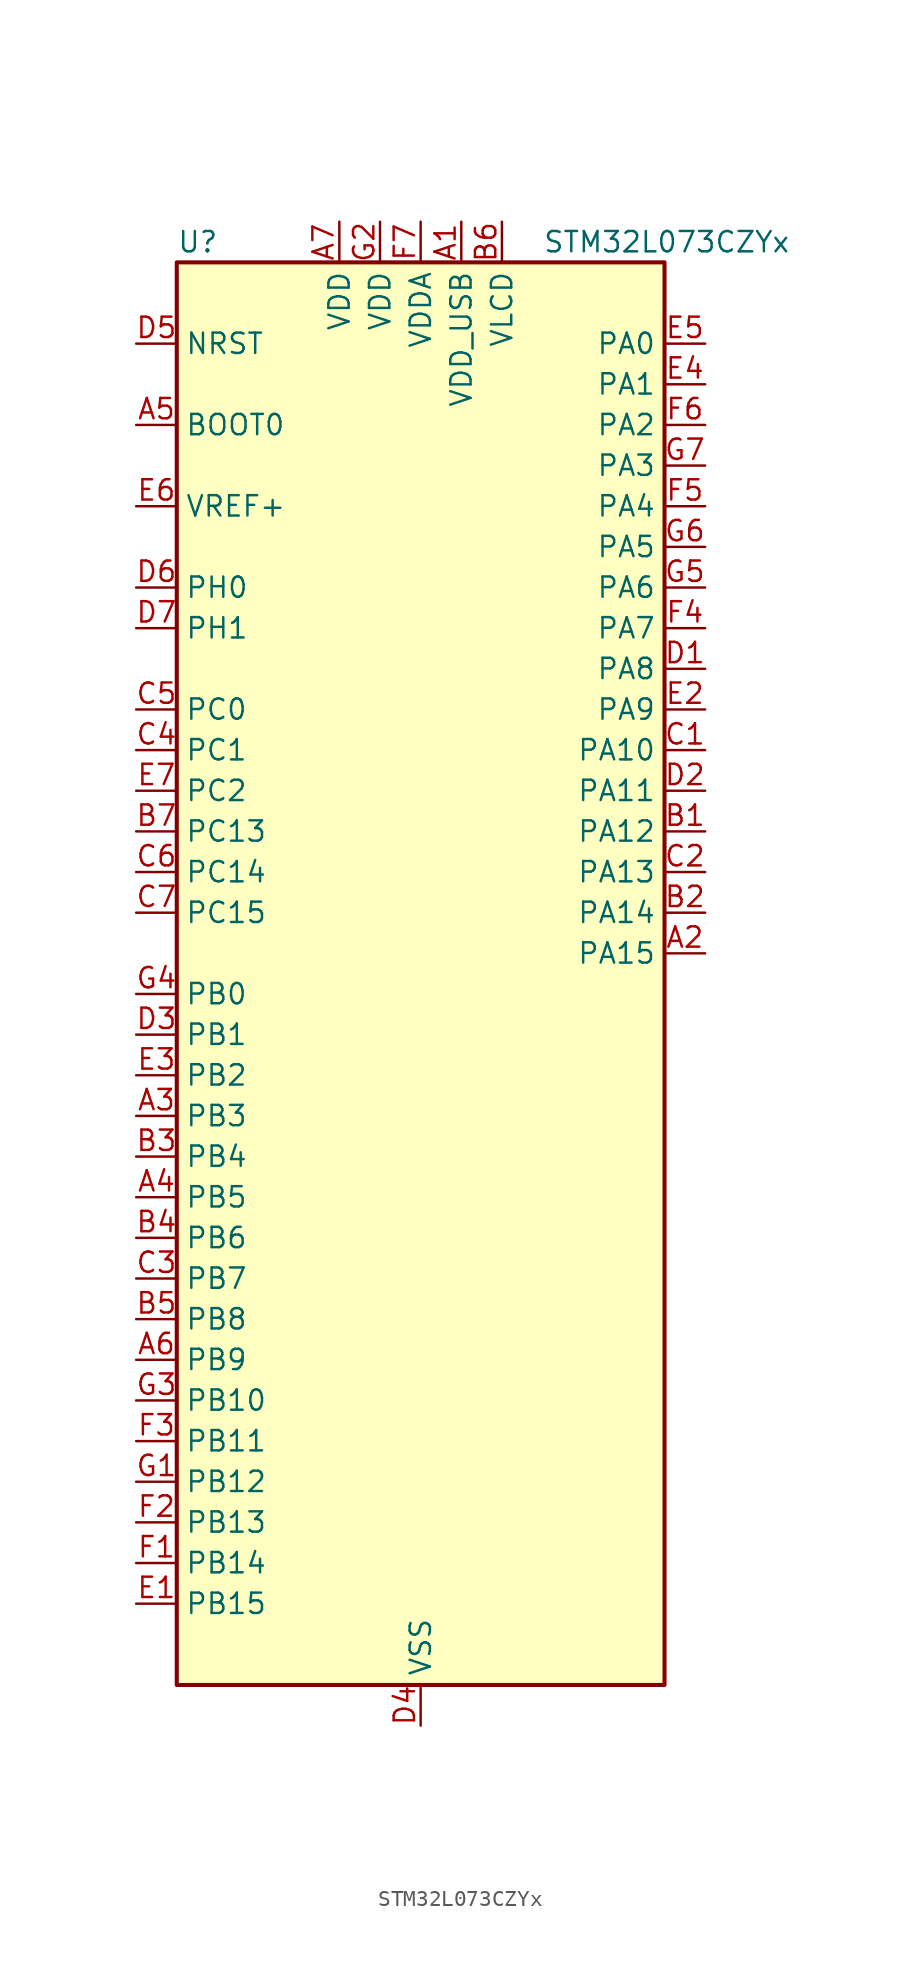
<source format=kicad_sym>
(kicad_symbol_lib
  (version 20241209)
  (generator "kicad_symbol_editor")
  (generator_version "9.0")
  (symbol "STM32L073CZYx"
    (property "Reference" "U"
      (at -15.24 46.99 0)
      (effects (font (size 1.27 1.27)) (justify left)))
    (property "Value" "STM32L073CZYx"
      (at 7.62 46.99 0)
      (effects (font (size 1.27 1.27)) (justify left)))
    (symbol "STM32L073CZYx_0_1"
      (rectangle (start -15.24 -43.18) (end 15.24 45.72) (stroke (width 0.254) (type default)) (fill (type background))))
    (symbol "STM32L073CZYx_1_1"
      (pin input line (at -17.78 40.64 0) (length 2.54) (name "NRST" (effects (font (size 1.27 1.27)))) (number "D5" (effects (font (size 1.27 1.27)))))
      (pin input line (at -17.78 35.56 0) (length 2.54) (name "BOOT0" (effects (font (size 1.27 1.27)))) (number "A5" (effects (font (size 1.27 1.27)))))
      (pin input line (at -17.78 30.48 0) (length 2.54) (name "VREF+" (effects (font (size 1.27 1.27)))) (number "E6" (effects (font (size 1.27 1.27)))))
      (pin bidirectional line (at -17.78 25.4 0) (length 2.54) (name "PH0" (effects (font (size 1.27 1.27)))) (number "D6" (effects (font (size 1.27 1.27)))) (alternate "CRS_SYNC" bidirectional line) (alternate "RCC_OSC_IN" bidirectional line))
      (pin bidirectional line (at -17.78 22.86 0) (length 2.54) (name "PH1" (effects (font (size 1.27 1.27)))) (number "D7" (effects (font (size 1.27 1.27)))) (alternate "RCC_OSC_OUT" bidirectional line))
      (pin bidirectional line (at -17.78 17.78 0) (length 2.54) (name "PC0" (effects (font (size 1.27 1.27)))) (number "C5" (effects (font (size 1.27 1.27)))) (alternate "ADC_IN10" bidirectional line) (alternate "I2C3_SCL" bidirectional line) (alternate "LCD_SEG18" bidirectional line) (alternate "LPTIM1_IN1" bidirectional line) (alternate "LPUART1_RX" bidirectional line) (alternate "TSC_G7_IO1" bidirectional line))
      (pin bidirectional line (at -17.78 15.24 0) (length 2.54) (name "PC1" (effects (font (size 1.27 1.27)))) (number "C4" (effects (font (size 1.27 1.27)))) (alternate "ADC_IN11" bidirectional line) (alternate "I2C3_SDA" bidirectional line) (alternate "LCD_SEG19" bidirectional line) (alternate "LPTIM1_OUT" bidirectional line) (alternate "LPUART1_TX" bidirectional line) (alternate "TSC_G7_IO2" bidirectional line))
      (pin bidirectional line (at -17.78 12.7 0) (length 2.54) (name "PC2" (effects (font (size 1.27 1.27)))) (number "E7" (effects (font (size 1.27 1.27)))) (alternate "ADC_IN12" bidirectional line) (alternate "I2S2_MCK" bidirectional line) (alternate "LCD_SEG20" bidirectional line) (alternate "LPTIM1_IN2" bidirectional line) (alternate "SPI2_MISO" bidirectional line) (alternate "TSC_G7_IO3" bidirectional line))
      (pin bidirectional line (at -17.78 10.16 0) (length 2.54) (name "PC13" (effects (font (size 1.27 1.27)))) (number "B7" (effects (font (size 1.27 1.27)))) (alternate "RTC_OUT_ALARM" bidirectional line) (alternate "RTC_OUT_CALIB" bidirectional line) (alternate "RTC_TAMP1" bidirectional line) (alternate "RTC_TS" bidirectional line) (alternate "SYS_WKUP2" bidirectional line))
      (pin bidirectional line (at -17.78 7.62 0) (length 2.54) (name "PC14" (effects (font (size 1.27 1.27)))) (number "C6" (effects (font (size 1.27 1.27)))) (alternate "RCC_OSC32_IN" bidirectional line))
      (pin bidirectional line (at -17.78 5.08 0) (length 2.54) (name "PC15" (effects (font (size 1.27 1.27)))) (number "C7" (effects (font (size 1.27 1.27)))) (alternate "RCC_OSC32_OUT" bidirectional line))
      (pin bidirectional line (at -17.78 0 0) (length 2.54) (name "PB0" (effects (font (size 1.27 1.27)))) (number "G4" (effects (font (size 1.27 1.27)))) (alternate "ADC_IN8" bidirectional line) (alternate "LCD_SEG5" bidirectional line) (alternate "LCD_VLCD3" bidirectional line) (alternate "SYS_VREF_OUT_PB0" bidirectional line) (alternate "TIM3_CH3" bidirectional line) (alternate "TSC_G3_IO2" bidirectional line))
      (pin bidirectional line (at -17.78 -2.54 0) (length 2.54) (name "PB1" (effects (font (size 1.27 1.27)))) (number "D3" (effects (font (size 1.27 1.27)))) (alternate "ADC_IN9" bidirectional line) (alternate "LCD_SEG6" bidirectional line) (alternate "LPUART1_DE" bidirectional line) (alternate "LPUART1_RTS" bidirectional line) (alternate "SYS_VREF_OUT_PB1" bidirectional line) (alternate "TIM3_CH4" bidirectional line) (alternate "TSC_G3_IO3" bidirectional line))
      (pin bidirectional line (at -17.78 -5.08 0) (length 2.54) (name "PB2" (effects (font (size 1.27 1.27)))) (number "E3" (effects (font (size 1.27 1.27)))) (alternate "I2C3_SMBA" bidirectional line) (alternate "LCD_VLCD2" bidirectional line) (alternate "LPTIM1_OUT" bidirectional line) (alternate "TSC_G3_IO4" bidirectional line))
      (pin bidirectional line (at -17.78 -7.62 0) (length 2.54) (name "PB3" (effects (font (size 1.27 1.27)))) (number "A3" (effects (font (size 1.27 1.27)))) (alternate "COMP2_INM" bidirectional line) (alternate "LCD_SEG7" bidirectional line) (alternate "SPI1_SCK" bidirectional line) (alternate "TIM2_CH2" bidirectional line) (alternate "TSC_G5_IO1" bidirectional line) (alternate "USART1_DE" bidirectional line) (alternate "USART1_RTS" bidirectional line) (alternate "USART5_TX" bidirectional line))
      (pin bidirectional line (at -17.78 -10.16 0) (length 2.54) (name "PB4" (effects (font (size 1.27 1.27)))) (number "B3" (effects (font (size 1.27 1.27)))) (alternate "COMP2_INP" bidirectional line) (alternate "I2C3_SDA" bidirectional line) (alternate "LCD_SEG8" bidirectional line) (alternate "SPI1_MISO" bidirectional line) (alternate "TIM22_CH1" bidirectional line) (alternate "TIM3_CH1" bidirectional line) (alternate "TSC_G5_IO2" bidirectional line) (alternate "USART1_CTS" bidirectional line) (alternate "USART5_RX" bidirectional line))
      (pin bidirectional line (at -17.78 -12.7 0) (length 2.54) (name "PB5" (effects (font (size 1.27 1.27)))) (number "A4" (effects (font (size 1.27 1.27)))) (alternate "COMP2_INP" bidirectional line) (alternate "I2C1_SMBA" bidirectional line) (alternate "LCD_SEG9" bidirectional line) (alternate "LPTIM1_IN1" bidirectional line) (alternate "SPI1_MOSI" bidirectional line) (alternate "TIM22_CH2" bidirectional line) (alternate "TIM3_CH2" bidirectional line) (alternate "USART1_CK" bidirectional line) (alternate "USART5_CK" bidirectional line) (alternate "USART5_DE" bidirectional line) (alternate "USART5_RTS" bidirectional line))
      (pin bidirectional line (at -17.78 -15.24 0) (length 2.54) (name "PB6" (effects (font (size 1.27 1.27)))) (number "B4" (effects (font (size 1.27 1.27)))) (alternate "COMP2_INP" bidirectional line) (alternate "I2C1_SCL" bidirectional line) (alternate "LPTIM1_ETR" bidirectional line) (alternate "TSC_G5_IO3" bidirectional line) (alternate "USART1_TX" bidirectional line))
      (pin bidirectional line (at -17.78 -17.78 0) (length 2.54) (name "PB7" (effects (font (size 1.27 1.27)))) (number "C3" (effects (font (size 1.27 1.27)))) (alternate "COMP2_INP" bidirectional line) (alternate "I2C1_SDA" bidirectional line) (alternate "LPTIM1_IN2" bidirectional line) (alternate "SYS_PVD_IN" bidirectional line) (alternate "TSC_G5_IO4" bidirectional line) (alternate "USART1_RX" bidirectional line) (alternate "USART4_CTS" bidirectional line))
      (pin bidirectional line (at -17.78 -20.32 0) (length 2.54) (name "PB8" (effects (font (size 1.27 1.27)))) (number "B5" (effects (font (size 1.27 1.27)))) (alternate "I2C1_SCL" bidirectional line) (alternate "LCD_SEG16" bidirectional line) (alternate "TSC_SYNC" bidirectional line))
      (pin bidirectional line (at -17.78 -22.86 0) (length 2.54) (name "PB9" (effects (font (size 1.27 1.27)))) (number "A6" (effects (font (size 1.27 1.27)))) (alternate "DAC_EXTI9" bidirectional line) (alternate "I2C1_SDA" bidirectional line) (alternate "I2S2_WS" bidirectional line) (alternate "LCD_COM3" bidirectional line) (alternate "SPI2_NSS" bidirectional line))
      (pin bidirectional line (at -17.78 -25.4 0) (length 2.54) (name "PB10" (effects (font (size 1.27 1.27)))) (number "G3" (effects (font (size 1.27 1.27)))) (alternate "I2C2_SCL" bidirectional line) (alternate "LCD_SEG10" bidirectional line) (alternate "LPUART1_RX" bidirectional line) (alternate "LPUART1_TX" bidirectional line) (alternate "SPI2_SCK" bidirectional line) (alternate "TIM2_CH3" bidirectional line) (alternate "TSC_SYNC" bidirectional line))
      (pin bidirectional line (at -17.78 -27.94 0) (length 2.54) (name "PB11" (effects (font (size 1.27 1.27)))) (number "F3" (effects (font (size 1.27 1.27)))) (alternate "ADC_EXTI11" bidirectional line) (alternate "I2C2_SDA" bidirectional line) (alternate "LCD_SEG11" bidirectional line) (alternate "LPUART1_RX" bidirectional line) (alternate "LPUART1_TX" bidirectional line) (alternate "TIM2_CH4" bidirectional line) (alternate "TSC_G6_IO1" bidirectional line))
      (pin bidirectional line (at -17.78 -30.48 0) (length 2.54) (name "PB12" (effects (font (size 1.27 1.27)))) (number "G1" (effects (font (size 1.27 1.27)))) (alternate "I2S2_WS" bidirectional line) (alternate "LCD_SEG12" bidirectional line) (alternate "LCD_VLCD2" bidirectional line) (alternate "LPUART1_DE" bidirectional line) (alternate "LPUART1_RTS" bidirectional line) (alternate "SPI2_NSS" bidirectional line) (alternate "TSC_G6_IO2" bidirectional line))
      (pin bidirectional line (at -17.78 -33.02 0) (length 2.54) (name "PB13" (effects (font (size 1.27 1.27)))) (number "F2" (effects (font (size 1.27 1.27)))) (alternate "I2C2_SCL" bidirectional line) (alternate "I2S2_CK" bidirectional line) (alternate "LCD_SEG13" bidirectional line) (alternate "LPUART1_CTS" bidirectional line) (alternate "RCC_MCO" bidirectional line) (alternate "SPI2_SCK" bidirectional line) (alternate "TIM21_CH1" bidirectional line) (alternate "TSC_G6_IO3" bidirectional line))
      (pin bidirectional line (at -17.78 -35.56 0) (length 2.54) (name "PB14" (effects (font (size 1.27 1.27)))) (number "F1" (effects (font (size 1.27 1.27)))) (alternate "I2C2_SDA" bidirectional line) (alternate "I2S2_MCK" bidirectional line) (alternate "LCD_SEG14" bidirectional line) (alternate "LPUART1_DE" bidirectional line) (alternate "LPUART1_RTS" bidirectional line) (alternate "RTC_OUT_ALARM" bidirectional line) (alternate "RTC_OUT_CALIB" bidirectional line) (alternate "SPI2_MISO" bidirectional line) (alternate "TIM21_CH2" bidirectional line) (alternate "TSC_G6_IO4" bidirectional line))
      (pin bidirectional line (at -17.78 -38.1 0) (length 2.54) (name "PB15" (effects (font (size 1.27 1.27)))) (number "E1" (effects (font (size 1.27 1.27)))) (alternate "I2S2_SD" bidirectional line) (alternate "LCD_SEG15" bidirectional line) (alternate "RTC_REFIN" bidirectional line) (alternate "SPI2_MOSI" bidirectional line))
      (pin power_in line (at -5.08 48.26 270) (length 2.54) (name "VDD" (effects (font (size 1.27 1.27)))) (number "A7" (effects (font (size 1.27 1.27)))))
      (pin power_in line (at -2.54 48.26 270) (length 2.54) (name "VDD" (effects (font (size 1.27 1.27)))) (number "G2" (effects (font (size 1.27 1.27)))))
      (pin power_in line (at 0 48.26 270) (length 2.54) (name "VDDA" (effects (font (size 1.27 1.27)))) (number "F7" (effects (font (size 1.27 1.27)))))
      (pin power_in line (at 0 -45.72 90) (length 2.54) (name "VSS" (effects (font (size 1.27 1.27)))) (number "D4" (effects (font (size 1.27 1.27)))))
      (pin power_in line (at 2.54 48.26 270) (length 2.54) (name "VDD_USB" (effects (font (size 1.27 1.27)))) (number "A1" (effects (font (size 1.27 1.27)))))
      (pin power_in line (at 5.08 48.26 270) (length 2.54) (name "VLCD" (effects (font (size 1.27 1.27)))) (number "B6" (effects (font (size 1.27 1.27)))))
      (pin bidirectional line (at 17.78 40.64 180) (length 2.54) (name "PA0" (effects (font (size 1.27 1.27)))) (number "E5" (effects (font (size 1.27 1.27)))) (alternate "ADC_IN0" bidirectional line) (alternate "COMP1_INM" bidirectional line) (alternate "COMP1_OUT" bidirectional line) (alternate "RTC_TAMP2" bidirectional line) (alternate "SYS_WKUP1" bidirectional line) (alternate "TIM2_CH1" bidirectional line) (alternate "TIM2_ETR" bidirectional line) (alternate "TSC_G1_IO1" bidirectional line) (alternate "USART2_CTS" bidirectional line) (alternate "USART4_TX" bidirectional line))
      (pin bidirectional line (at 17.78 38.1 180) (length 2.54) (name "PA1" (effects (font (size 1.27 1.27)))) (number "E4" (effects (font (size 1.27 1.27)))) (alternate "ADC_IN1" bidirectional line) (alternate "COMP1_INP" bidirectional line) (alternate "LCD_SEG0" bidirectional line) (alternate "TIM21_ETR" bidirectional line) (alternate "TIM2_CH2" bidirectional line) (alternate "TSC_G1_IO2" bidirectional line) (alternate "USART2_DE" bidirectional line) (alternate "USART2_RTS" bidirectional line) (alternate "USART4_RX" bidirectional line))
      (pin bidirectional line (at 17.78 35.56 180) (length 2.54) (name "PA2" (effects (font (size 1.27 1.27)))) (number "F6" (effects (font (size 1.27 1.27)))) (alternate "ADC_IN2" bidirectional line) (alternate "COMP2_INM" bidirectional line) (alternate "COMP2_OUT" bidirectional line) (alternate "LCD_SEG1" bidirectional line) (alternate "LPUART1_TX" bidirectional line) (alternate "TIM21_CH1" bidirectional line) (alternate "TIM2_CH3" bidirectional line) (alternate "TSC_G1_IO3" bidirectional line) (alternate "USART2_TX" bidirectional line))
      (pin bidirectional line (at 17.78 33.02 180) (length 2.54) (name "PA3" (effects (font (size 1.27 1.27)))) (number "G7" (effects (font (size 1.27 1.27)))) (alternate "ADC_IN3" bidirectional line) (alternate "COMP2_INP" bidirectional line) (alternate "LCD_SEG2" bidirectional line) (alternate "LPUART1_RX" bidirectional line) (alternate "TIM21_CH2" bidirectional line) (alternate "TIM2_CH4" bidirectional line) (alternate "TSC_G1_IO4" bidirectional line) (alternate "USART2_RX" bidirectional line))
      (pin bidirectional line (at 17.78 30.48 180) (length 2.54) (name "PA4" (effects (font (size 1.27 1.27)))) (number "F5" (effects (font (size 1.27 1.27)))) (alternate "ADC_IN4" bidirectional line) (alternate "COMP1_INM" bidirectional line) (alternate "COMP2_INM" bidirectional line) (alternate "DAC_OUT1" bidirectional line) (alternate "SPI1_NSS" bidirectional line) (alternate "TIM22_ETR" bidirectional line) (alternate "TSC_G2_IO1" bidirectional line) (alternate "USART2_CK" bidirectional line))
      (pin bidirectional line (at 17.78 27.94 180) (length 2.54) (name "PA5" (effects (font (size 1.27 1.27)))) (number "G6" (effects (font (size 1.27 1.27)))) (alternate "ADC_IN5" bidirectional line) (alternate "COMP1_INM" bidirectional line) (alternate "COMP2_INM" bidirectional line) (alternate "DAC_OUT2" bidirectional line) (alternate "SPI1_SCK" bidirectional line) (alternate "TIM2_CH1" bidirectional line) (alternate "TIM2_ETR" bidirectional line) (alternate "TSC_G2_IO2" bidirectional line))
      (pin bidirectional line (at 17.78 25.4 180) (length 2.54) (name "PA6" (effects (font (size 1.27 1.27)))) (number "G5" (effects (font (size 1.27 1.27)))) (alternate "ADC_IN6" bidirectional line) (alternate "COMP1_OUT" bidirectional line) (alternate "LCD_SEG3" bidirectional line) (alternate "LPUART1_CTS" bidirectional line) (alternate "SPI1_MISO" bidirectional line) (alternate "TIM22_CH1" bidirectional line) (alternate "TIM3_CH1" bidirectional line) (alternate "TSC_G2_IO3" bidirectional line))
      (pin bidirectional line (at 17.78 22.86 180) (length 2.54) (name "PA7" (effects (font (size 1.27 1.27)))) (number "F4" (effects (font (size 1.27 1.27)))) (alternate "ADC_IN7" bidirectional line) (alternate "COMP2_OUT" bidirectional line) (alternate "LCD_SEG4" bidirectional line) (alternate "SPI1_MOSI" bidirectional line) (alternate "TIM22_CH2" bidirectional line) (alternate "TIM3_CH2" bidirectional line) (alternate "TSC_G2_IO4" bidirectional line))
      (pin bidirectional line (at 17.78 20.32 180) (length 2.54) (name "PA8" (effects (font (size 1.27 1.27)))) (number "D1" (effects (font (size 1.27 1.27)))) (alternate "CRS_SYNC" bidirectional line) (alternate "I2C3_SCL" bidirectional line) (alternate "LCD_COM0" bidirectional line) (alternate "RCC_MCO" bidirectional line) (alternate "USART1_CK" bidirectional line))
      (pin bidirectional line (at 17.78 17.78 180) (length 2.54) (name "PA9" (effects (font (size 1.27 1.27)))) (number "E2" (effects (font (size 1.27 1.27)))) (alternate "DAC_EXTI9" bidirectional line) (alternate "I2C1_SCL" bidirectional line) (alternate "I2C3_SMBA" bidirectional line) (alternate "LCD_COM1" bidirectional line) (alternate "RCC_MCO" bidirectional line) (alternate "TSC_G4_IO1" bidirectional line) (alternate "USART1_TX" bidirectional line))
      (pin bidirectional line (at 17.78 15.24 180) (length 2.54) (name "PA10" (effects (font (size 1.27 1.27)))) (number "C1" (effects (font (size 1.27 1.27)))) (alternate "I2C1_SDA" bidirectional line) (alternate "LCD_COM2" bidirectional line) (alternate "TSC_G4_IO2" bidirectional line) (alternate "USART1_RX" bidirectional line))
      (pin bidirectional line (at 17.78 12.7 180) (length 2.54) (name "PA11" (effects (font (size 1.27 1.27)))) (number "D2" (effects (font (size 1.27 1.27)))) (alternate "ADC_EXTI11" bidirectional line) (alternate "COMP1_OUT" bidirectional line) (alternate "SPI1_MISO" bidirectional line) (alternate "TSC_G4_IO3" bidirectional line) (alternate "USART1_CTS" bidirectional line) (alternate "USB_DM" bidirectional line))
      (pin bidirectional line (at 17.78 10.16 180) (length 2.54) (name "PA12" (effects (font (size 1.27 1.27)))) (number "B1" (effects (font (size 1.27 1.27)))) (alternate "COMP2_OUT" bidirectional line) (alternate "SPI1_MOSI" bidirectional line) (alternate "TSC_G4_IO4" bidirectional line) (alternate "USART1_DE" bidirectional line) (alternate "USART1_RTS" bidirectional line) (alternate "USB_DP" bidirectional line))
      (pin bidirectional line (at 17.78 7.62 180) (length 2.54) (name "PA13" (effects (font (size 1.27 1.27)))) (number "C2" (effects (font (size 1.27 1.27)))) (alternate "LPUART1_RX" bidirectional line) (alternate "SYS_SWDIO" bidirectional line) (alternate "USB_NOE" bidirectional line))
      (pin bidirectional line (at 17.78 5.08 180) (length 2.54) (name "PA14" (effects (font (size 1.27 1.27)))) (number "B2" (effects (font (size 1.27 1.27)))) (alternate "LPUART1_TX" bidirectional line) (alternate "SYS_SWCLK" bidirectional line) (alternate "USART2_TX" bidirectional line))
      (pin bidirectional line (at 17.78 2.54 180) (length 2.54) (name "PA15" (effects (font (size 1.27 1.27)))) (number "A2" (effects (font (size 1.27 1.27)))) (alternate "LCD_SEG17" bidirectional line) (alternate "SPI1_NSS" bidirectional line) (alternate "TIM2_CH1" bidirectional line) (alternate "TIM2_ETR" bidirectional line) (alternate "USART2_RX" bidirectional line) (alternate "USART4_DE" bidirectional line) (alternate "USART4_RTS" bidirectional line)))))
</source>
